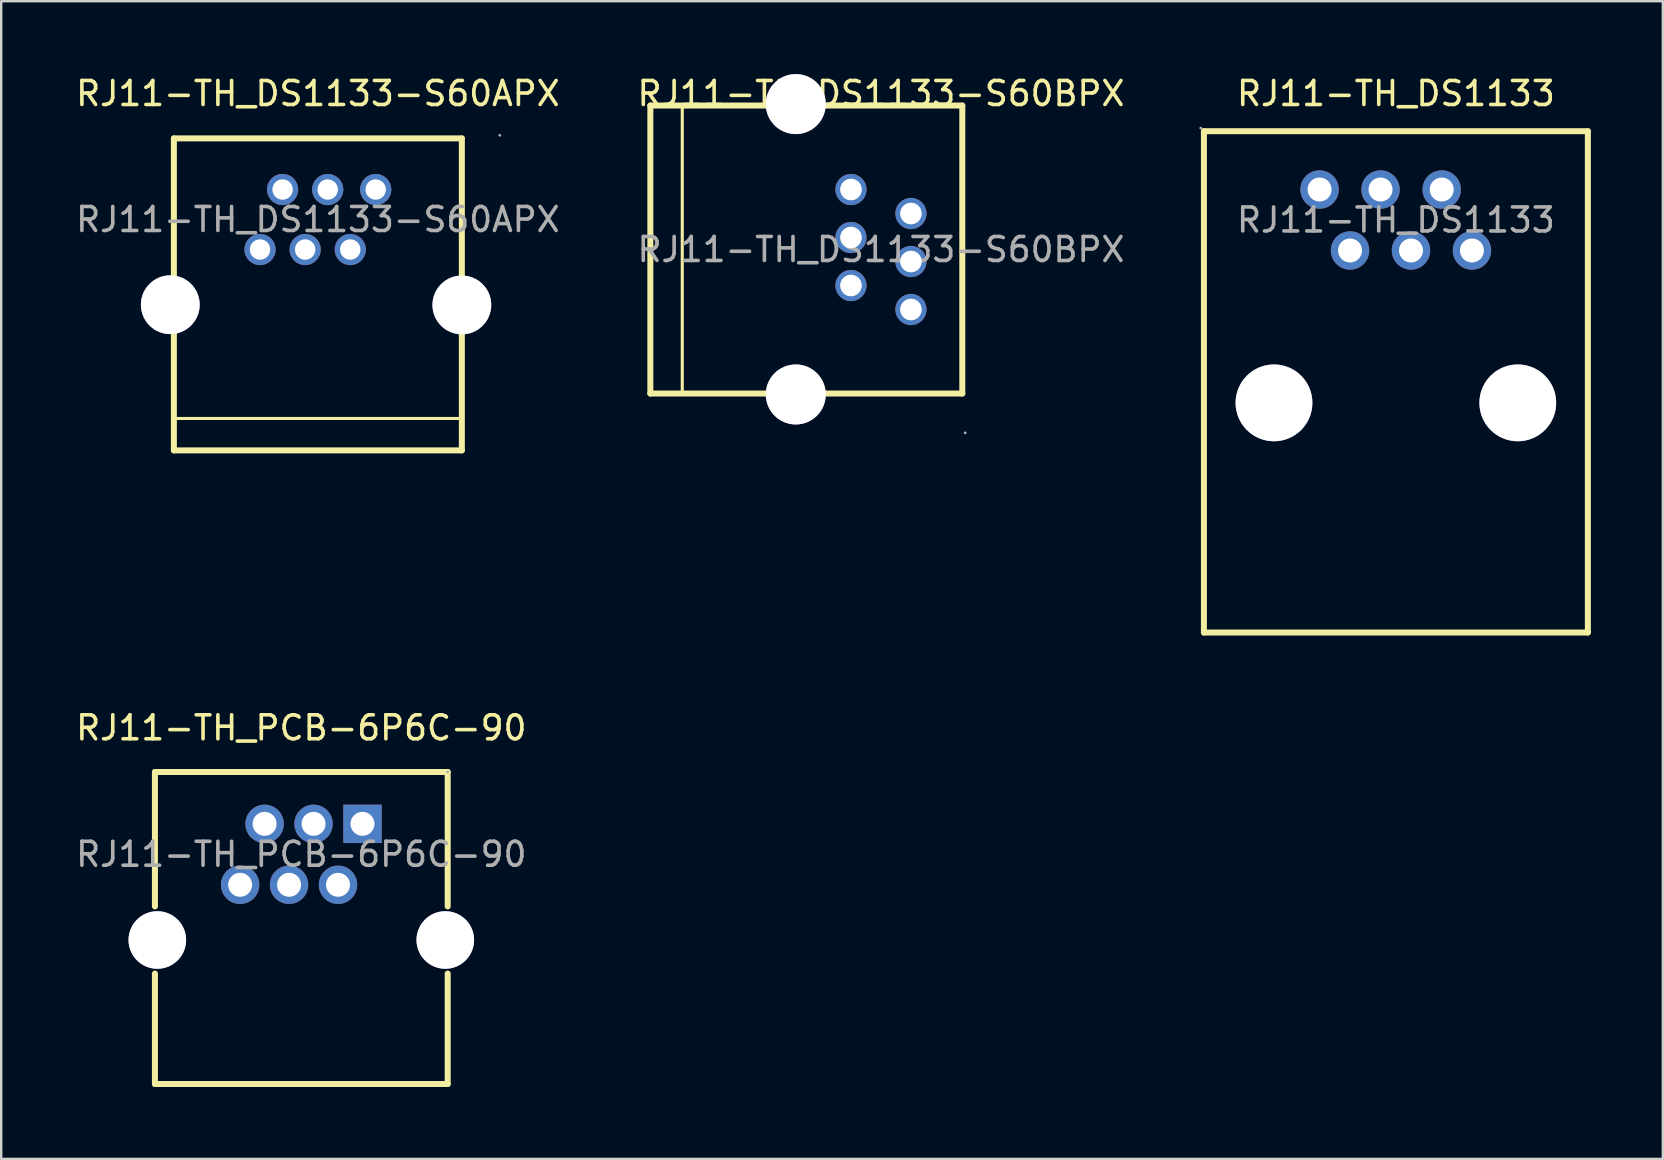
<source format=kicad_pcb>
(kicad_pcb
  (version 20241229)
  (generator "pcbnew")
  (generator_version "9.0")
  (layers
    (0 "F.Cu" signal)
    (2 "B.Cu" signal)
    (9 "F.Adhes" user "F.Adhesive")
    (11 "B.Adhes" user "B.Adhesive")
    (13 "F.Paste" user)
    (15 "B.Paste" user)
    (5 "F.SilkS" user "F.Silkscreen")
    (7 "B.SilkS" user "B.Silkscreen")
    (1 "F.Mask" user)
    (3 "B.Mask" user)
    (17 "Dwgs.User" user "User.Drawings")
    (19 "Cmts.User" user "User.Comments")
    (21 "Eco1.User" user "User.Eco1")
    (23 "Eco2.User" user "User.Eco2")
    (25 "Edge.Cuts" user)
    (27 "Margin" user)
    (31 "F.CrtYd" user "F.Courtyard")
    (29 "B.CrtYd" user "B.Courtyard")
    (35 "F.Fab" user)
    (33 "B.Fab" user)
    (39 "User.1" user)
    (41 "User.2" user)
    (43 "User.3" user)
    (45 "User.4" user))
  (footprint "RJ11-TH_DS1133-S60APX"
    (layer "F.Cu")
    (at 10.196 6.098)
    (property "Reference" "RJ11-TH_DS1133-S60APX" (at 0 -5.25 0) (layer "F.SilkS") (effects (font (size 1 1) (thickness 0.15))))
    (attr through_hole)
    (fp_line (start -6 -3.38) (end 6 -3.38) (stroke (width 0.25) (type solid)) (layer "F.SilkS"))
    (fp_line (start -6 9.62) (end -6 -3.38) (stroke (width 0.25) (type solid)) (layer "F.SilkS"))
    (fp_line (start 6 -3.38) (end 6 9.62) (stroke (width 0.25) (type solid)) (layer "F.SilkS"))
    (fp_line (start 6 8.29) (end -6 8.29) (stroke (width 0.13) (type solid)) (layer "F.SilkS"))
    (fp_line (start 6 9.62) (end -6 9.62) (stroke (width 0.25) (type solid)) (layer "F.SilkS"))
    (fp_circle (center -6.15 3.55) (end -5.59 3.55) (stroke (width 1.12) (type solid)) (fill no) (layer "F.Fab"))
    (fp_circle (center -2.41 1.25) (end -2.25 1.25) (stroke (width 0.32) (type solid)) (fill no) (layer "F.Fab"))
    (fp_circle (center -1.47 -1.25) (end -1.31 -1.25) (stroke (width 0.32) (type solid)) (fill no) (layer "F.Fab"))
    (fp_circle (center -0.53 1.25) (end -0.37 1.25) (stroke (width 0.32) (type solid)) (fill no) (layer "F.Fab"))
    (fp_circle (center 0.41 -1.25) (end 0.57 -1.25) (stroke (width 0.32) (type solid)) (fill no) (layer "F.Fab"))
    (fp_circle (center 1.35 1.25) (end 1.51 1.25) (stroke (width 0.32) (type solid)) (fill no) (layer "F.Fab"))
    (fp_circle (center 2.41 -1.25) (end 2.57 -1.25) (stroke (width 0.32) (type solid)) (fill no) (layer "F.Fab"))
    (fp_circle (center 6 3.56) (end 6.56 3.56) (stroke (width 1.12) (type solid)) (fill no) (layer "F.Fab"))
    (fp_circle (center 7.58 -3.51) (end 7.61 -3.51) (stroke (width 0.06) (type solid)) (fill no) (layer "F.Fab"))
    (fp_text user "${REFERENCE}" (at 0 0 0) (layer "F.Fab") (effects (font (size 1 1) (thickness 0.15))))
    (pad "" thru_hole circle (at -6.15 3.55) (size 2.45 2.45) (drill 2.45) (layers "*.Cu" "*.Mask"))
    (pad "" thru_hole circle (at 6 3.56) (size 2.45 2.45) (drill 2.45) (layers "*.Cu" "*.Mask"))
    (pad "1" thru_hole circle (at 2.41 -1.25 180) (size 1.3 1.3) (drill 0.85) (layers "*.Cu" "*.Paste" "*.Mask"))
    (pad "2" thru_hole circle (at 1.35 1.25 180) (size 1.3 1.3) (drill 0.85) (layers "*.Cu" "*.Paste" "*.Mask"))
    (pad "3" thru_hole circle (at 0.41 -1.25 180) (size 1.3 1.3) (drill 0.85) (layers "*.Cu" "*.Paste" "*.Mask"))
    (pad "4" thru_hole circle (at -0.53 1.25 180) (size 1.3 1.3) (drill 0.85) (layers "*.Cu" "*.Paste" "*.Mask"))
    (pad "5" thru_hole circle (at -1.47 -1.25 180) (size 1.3 1.3) (drill 0.85) (layers "*.Cu" "*.Paste" "*.Mask"))
    (pad "6" thru_hole circle (at -2.41 1.25 180) (size 1.3 1.3) (drill 0.85) (layers "*.Cu" "*.Paste" "*.Mask")))
  (footprint "RJ11-TH_PCB-6P6C-90"
    (layer "F.Cu")
    (at 9.506 32.551)
    (property "Reference" "RJ11-TH_PCB-6P6C-90" (at 0 -5.27 0) (layer "F.SilkS") (effects (font (size 1 1) (thickness 0.15))))
    (attr through_hole)
    (fp_line (start -6.1 -3.43) (end 6.1 -3.43) (stroke (width 0.25) (type solid)) (layer "F.SilkS"))
    (fp_line (start -6.1 2.17) (end -6.1 -3.43) (stroke (width 0.25) (type solid)) (layer "F.SilkS"))
    (fp_line (start -6.1 9.57) (end -6.1 4.97) (stroke (width 0.25) (type solid)) (layer "F.SilkS"))
    (fp_line (start -6.1 9.57) (end 6.1 9.57) (stroke (width 0.25) (type solid)) (layer "F.SilkS"))
    (fp_line (start 6.1 -3.43) (end 6.1 2.17) (stroke (width 0.25) (type solid)) (layer "F.SilkS"))
    (fp_line (start 6.1 4.97) (end 6.1 9.57) (stroke (width 0.25) (type solid)) (layer "F.SilkS"))
    (fp_circle (center -6 3.57) (end -5.5 3.57) (stroke (width 1) (type solid)) (fill no) (layer "Cmts.User"))
    (fp_circle (center 6 3.57) (end 6.5 3.57) (stroke (width 1) (type solid)) (fill no) (layer "Cmts.User"))
    (fp_circle (center 6.1 -3.43) (end 6.13 -3.43) (stroke (width 0.06) (type solid)) (fill no) (layer "F.Fab"))
    (fp_text user "${REFERENCE}" (at 0 0 0) (layer "F.Fab") (effects (font (size 1 1) (thickness 0.15))))
    (pad "" thru_hole circle (at -6 3.57) (size 2.4 2.4) (drill 2.4) (layers "*.Cu" "*.Mask"))
    (pad "" thru_hole circle (at 6 3.57) (size 2.4 2.4) (drill 2.4) (layers "*.Cu" "*.Mask"))
    (pad "1" thru_hole rect (at 2.55 -1.27 180) (size 1.6 1.6) (drill 1) (layers "*.Cu" "*.Paste" "*.Mask"))
    (pad "2" thru_hole circle (at 1.53 1.27 180) (size 1.6 1.6) (drill 1) (layers "*.Cu" "*.Paste" "*.Mask"))
    (pad "3" thru_hole circle (at 0.51 -1.27 180) (size 1.6 1.6) (drill 1) (layers "*.Cu" "*.Paste" "*.Mask"))
    (pad "4" thru_hole circle (at -0.51 1.27 180) (size 1.6 1.6) (drill 1) (layers "*.Cu" "*.Paste" "*.Mask"))
    (pad "5" thru_hole circle (at -1.53 -1.27 180) (size 1.6 1.6) (drill 1) (layers "*.Cu" "*.Paste" "*.Mask"))
    (pad "6" thru_hole circle (at -2.55 1.27 180) (size 1.6 1.6) (drill 1) (layers "*.Cu" "*.Paste" "*.Mask")))
  (footprint "RJ11-TH_DS1133"
    (layer "F.Cu")
    (at 55.119 6.118)
    (property "Reference" "RJ11-TH_DS1133" (at 0 -5.27 0) (layer "F.SilkS") (effects (font (size 1 1) (thickness 0.15))))
    (attr through_hole)
    (fp_line (start -8 -3.7) (end 8 -3.7) (stroke (width 0.25) (type solid)) (layer "F.SilkS"))
    (fp_line (start -8 17.19) (end -8 -3.7) (stroke (width 0.25) (type solid)) (layer "F.SilkS"))
    (fp_line (start 8 -3.7) (end 8 17.19) (stroke (width 0.25) (type solid)) (layer "F.SilkS"))
    (fp_line (start 8 17.19) (end -8 17.19) (stroke (width 0.25) (type solid)) (layer "F.SilkS"))
    (fp_circle (center -8.13 -3.83) (end -8.1 -3.83) (stroke (width 0.06) (type solid)) (fill no) (layer "F.Fab"))
    (fp_circle (center -5.08 7.62) (end -4.33 7.62) (stroke (width 1.5) (type solid)) (fill no) (layer "F.Fab"))
    (fp_circle (center -3.18 -1.27) (end -2.98 -1.27) (stroke (width 0.4) (type solid)) (fill no) (layer "F.Fab"))
    (fp_circle (center -1.91 1.27) (end -1.71 1.27) (stroke (width 0.4) (type solid)) (fill no) (layer "F.Fab"))
    (fp_circle (center -0.64 -1.27) (end -0.44 -1.27) (stroke (width 0.4) (type solid)) (fill no) (layer "F.Fab"))
    (fp_circle (center 0.63 1.27) (end 0.83 1.27) (stroke (width 0.4) (type solid)) (fill no) (layer "F.Fab"))
    (fp_circle (center 1.91 -1.27) (end 2.11 -1.27) (stroke (width 0.4) (type solid)) (fill no) (layer "F.Fab"))
    (fp_circle (center 3.17 1.27) (end 3.37 1.27) (stroke (width 0.4) (type solid)) (fill no) (layer "F.Fab"))
    (fp_circle (center 5.08 7.62) (end 5.83 7.62) (stroke (width 1.5) (type solid)) (fill no) (layer "F.Fab"))
    (fp_text user "${REFERENCE}" (at 0 0 0) (layer "F.Fab") (effects (font (size 1 1) (thickness 0.15))))
    (pad "" thru_hole circle (at -5.08 7.62) (size 3.2 3.2) (drill 3.2) (layers "*.Cu" "*.Mask"))
    (pad "" thru_hole circle (at 5.08 7.62) (size 3.2 3.2) (drill 3.2) (layers "*.Cu" "*.Mask"))
    (pad "1" thru_hole circle (at -3.18 -1.27 180) (size 1.6 1.6) (drill 1) (layers "*.Cu" "*.Paste" "*.Mask"))
    (pad "2" thru_hole circle (at -1.91 1.27 180) (size 1.6 1.6) (drill 1) (layers "*.Cu" "*.Paste" "*.Mask"))
    (pad "3" thru_hole circle (at -0.64 -1.27 180) (size 1.6 1.6) (drill 1) (layers "*.Cu" "*.Paste" "*.Mask"))
    (pad "4" thru_hole circle (at 0.63 1.27 180) (size 1.6 1.6) (drill 1) (layers "*.Cu" "*.Paste" "*.Mask"))
    (pad "5" thru_hole circle (at 1.91 -1.27 180) (size 1.6 1.6) (drill 1) (layers "*.Cu" "*.Paste" "*.Mask"))
    (pad "6" thru_hole circle (at 3.17 1.27 180) (size 1.6 1.6) (drill 1) (layers "*.Cu" "*.Paste" "*.Mask")))
  (footprint "RJ11-TH_DS1133-S60BPX"
    (layer "F.Cu")
    (at 33.661 7.348)
    (property "Reference" "RJ11-TH_DS1133-S60BPX" (at 0 -6.5 0) (layer "F.SilkS") (effects (font (size 1 1) (thickness 0.15))))
    (attr through_hole)
    (fp_line (start -9.61 -6) (end 3.39 -6) (stroke (width 0.25) (type solid)) (layer "F.SilkS"))
    (fp_line (start -9.61 6) (end -9.61 -6) (stroke (width 0.25) (type solid)) (layer "F.SilkS"))
    (fp_line (start -8.28 6) (end -8.28 -6) (stroke (width 0.13) (type solid)) (layer "F.SilkS"))
    (fp_line (start 3.39 -6) (end 3.39 6) (stroke (width 0.25) (type solid)) (layer "F.SilkS"))
    (fp_line (start 3.39 6) (end -9.61 6) (stroke (width 0.25) (type solid)) (layer "F.SilkS"))
    (fp_circle (center -3.55 -6.06) (end -2.97 -6.06) (stroke (width 1.15) (type solid)) (fill no) (layer "F.Fab"))
    (fp_circle (center -3.55 6.04) (end -2.97 6.04) (stroke (width 1.15) (type solid)) (fill no) (layer "F.Fab"))
    (fp_circle (center -1.25 -2.5) (end -1.07 -2.5) (stroke (width 0.35) (type solid)) (fill no) (layer "F.Fab"))
    (fp_circle (center -1.25 -0.5) (end -1.07 -0.5) (stroke (width 0.35) (type solid)) (fill no) (layer "F.Fab"))
    (fp_circle (center -1.25 1.5) (end -1.07 1.5) (stroke (width 0.35) (type solid)) (fill no) (layer "F.Fab"))
    (fp_circle (center 1.25 -1.5) (end 1.43 -1.5) (stroke (width 0.35) (type solid)) (fill no) (layer "F.Fab"))
    (fp_circle (center 1.25 0.5) (end 1.43 0.5) (stroke (width 0.35) (type solid)) (fill no) (layer "F.Fab"))
    (fp_circle (center 1.25 2.5) (end 1.43 2.5) (stroke (width 0.35) (type solid)) (fill no) (layer "F.Fab"))
    (fp_circle (center 3.51 7.64) (end 3.54 7.64) (stroke (width 0.06) (type solid)) (fill no) (layer "F.Fab"))
    (fp_text user "${REFERENCE}" (at 0 0 0) (layer "F.Fab") (effects (font (size 1 1) (thickness 0.15))))
    (pad "" thru_hole circle (at -3.55 -6.06) (size 2.5 2.5) (drill 2.5) (layers "*.Cu" "*.Mask"))
    (pad "" thru_hole circle (at -3.55 6.04) (size 2.5 2.5) (drill 2.5) (layers "*.Cu" "*.Mask"))
    (pad "1" thru_hole circle (at 1.25 2.5 90) (size 1.3 1.3) (drill 0.9) (layers "*.Cu" "*.Paste" "*.Mask"))
    (pad "2" thru_hole circle (at -1.25 1.5 90) (size 1.3 1.3) (drill 0.9) (layers "*.Cu" "*.Paste" "*.Mask"))
    (pad "3" thru_hole circle (at 1.25 0.5 90) (size 1.3 1.3) (drill 0.9) (layers "*.Cu" "*.Paste" "*.Mask"))
    (pad "4" thru_hole circle (at -1.25 -0.5 90) (size 1.3 1.3) (drill 0.9) (layers "*.Cu" "*.Paste" "*.Mask"))
    (pad "5" thru_hole circle (at 1.25 -1.5 90) (size 1.3 1.3) (drill 0.9) (layers "*.Cu" "*.Paste" "*.Mask"))
    (pad "6" thru_hole circle (at -1.25 -2.5 90) (size 1.3 1.3) (drill 0.9) (layers "*.Cu" "*.Paste" "*.Mask")))
  (gr_rect
    (start -3 -3)
    (end 66.244 45.246)
    (stroke (width 0.1) (type default))
    (fill no)
    (layer "Edge.Cuts")))
</source>
